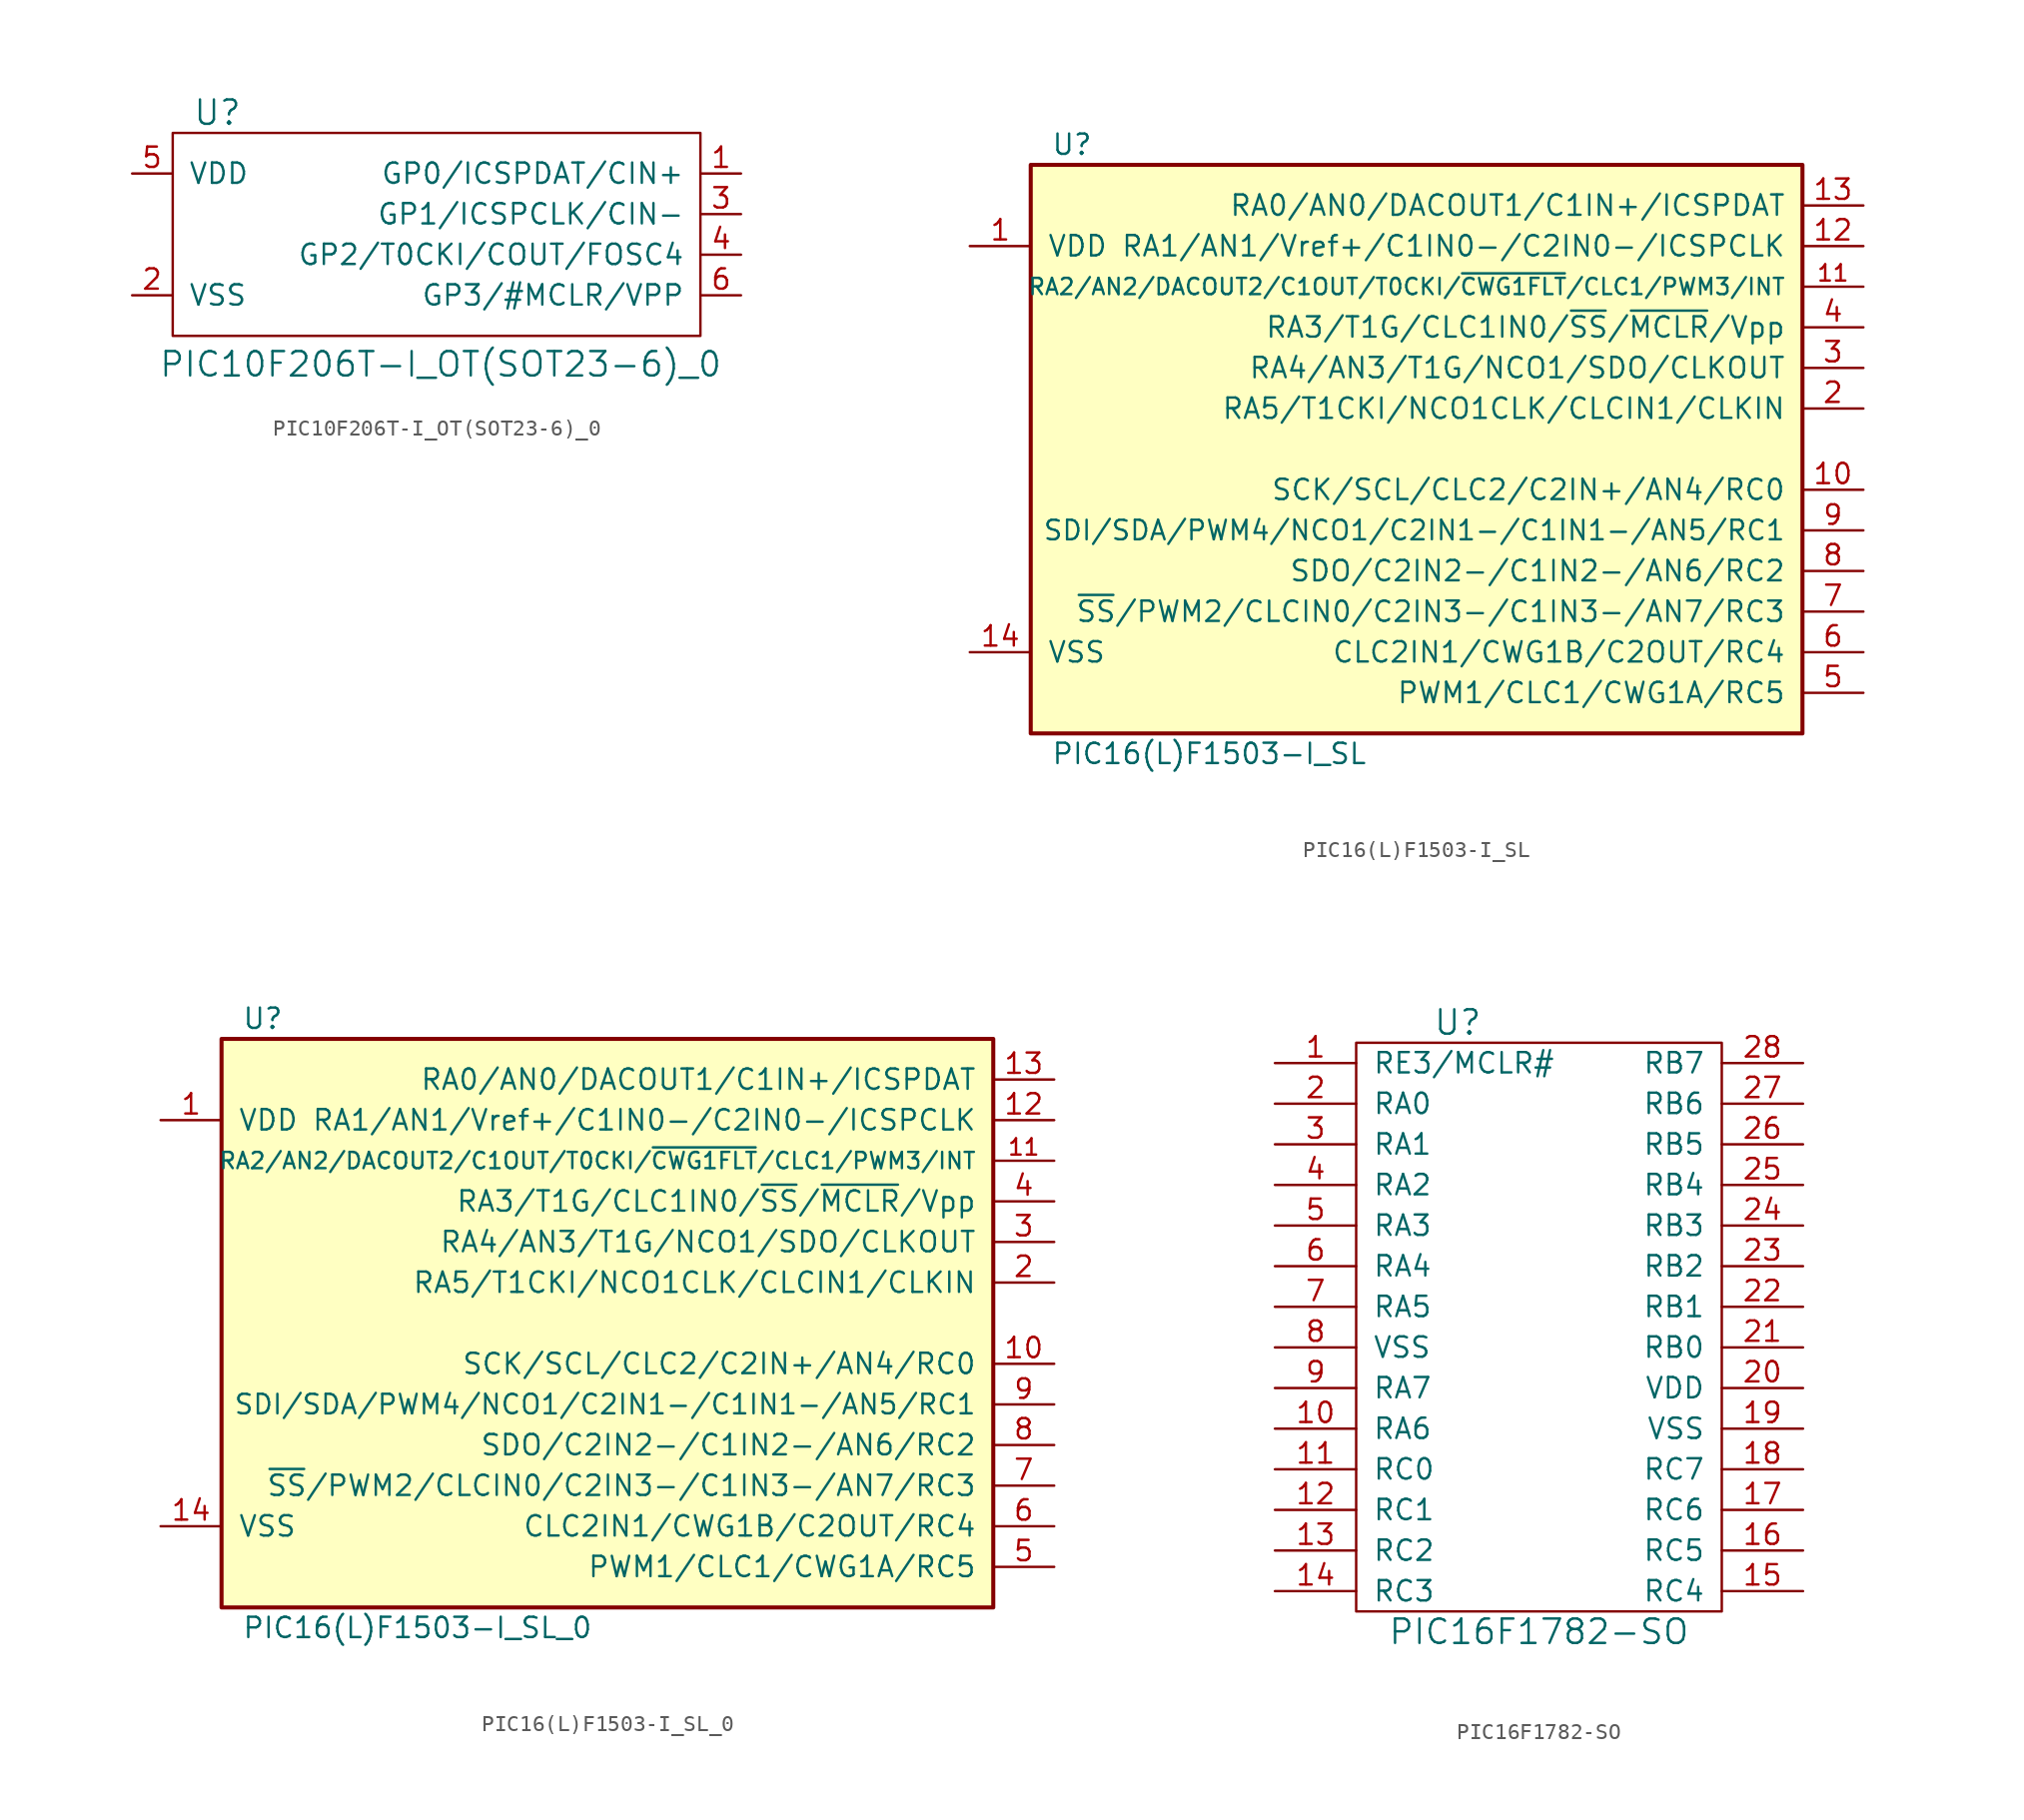
<source format=kicad_sym>
(kicad_symbol_lib
  (version 20220914)
  (generator kicad_symbol_editor)
  (symbol "PIC10F206T-I_OT(SOT23-6)_0"
    (pin_names
      (offset 1.016))
    (property "Reference" "U"
      (at -14.986 6.35 0)
      (effects (font (size 1.524 1.524))))
    (property "Value" "PIC10F206T-I_OT(SOT23-6)_0"
      (at -1.016 -9.398 0)
      (effects (font (size 1.524 1.524))))
    (symbol "PIC10F206T-I_OT(SOT23-6)_0_0_1"
      (rectangle (start -17.78 5.08) (end 15.24 -7.62) (stroke (width 0) (type solid)) (fill (type none))))
    (symbol "PIC10F206T-I_OT(SOT23-6)_0_1_1"
      (pin bidirectional line (at 17.78 2.54 180) (length 2.489) (name "GP0/ICSPDAT/CIN+" (effects (font (size 1.27 1.27)))) (number "1" (effects (font (size 1.27 1.27)))))
      (pin power_in line (at -20.32 -5.08 0) (length 2.489) (name "VSS" (effects (font (size 1.27 1.27)))) (number "2" (effects (font (size 1.27 1.27)))))
      (pin bidirectional line (at 17.78 0 180) (length 2.489) (name "GP1/ICSPCLK/CIN-" (effects (font (size 1.27 1.27)))) (number "3" (effects (font (size 1.27 1.27)))))
      (pin bidirectional line (at 17.78 -2.54 180) (length 2.489) (name "GP2/T0CKI/COUT/FOSC4" (effects (font (size 1.27 1.27)))) (number "4" (effects (font (size 1.27 1.27)))))
      (pin power_in line (at -20.32 2.54 0) (length 2.489) (name "VDD" (effects (font (size 1.27 1.27)))) (number "5" (effects (font (size 1.27 1.27)))))
      (pin input line (at 17.78 -5.08 180) (length 2.489) (name "GP3/#MCLR/VPP" (effects (font (size 1.27 1.27)))) (number "6" (effects (font (size 1.27 1.27)))))))
  (symbol "PIC16(L)F1503-I_SL"
    (pin_names
      (offset 1.016))
    (property "Reference" "U"
      (at -22.86 19.05 0)
      (effects (font (size 1.27 1.27)) (justify left)))
    (property "Value" "PIC16(L)F1503-I_SL"
      (at -22.86 -19.05 0)
      (effects (font (size 1.27 1.27)) (justify left)))
    (property "Footprint" ""
      (at -22.86 0 0)
      (effects (font (size 1.27 1.27))))
    (property "Datasheet" ""
      (at -22.86 0 0)
      (effects (font (size 1.27 1.27))))
    (symbol "PIC16(L)F1503-I_SL_0_1"
      (rectangle (start -24.13 17.78) (end 24.13 -17.78) (stroke (width 0.254) (type solid)) (fill (type background))))
    (symbol "PIC16(L)F1503-I_SL_1_1"
      (pin power_in line (at -27.94 12.7 0) (length 3.81) (name "VDD" (effects (font (size 1.27 1.27)))) (number "1" (effects (font (size 1.27 1.27)))))
      (pin bidirectional line (at 27.94 -2.54 180) (length 3.81) (name "SCK/SCL/CLC2/C2IN+/AN4/RC0" (effects (font (size 1.27 1.27)))) (number "10" (effects (font (size 1.27 1.27)))))
      (pin bidirectional line (at 27.94 10.16 180) (length 3.81) (name "RA2/AN2/DACOUT2/C1OUT/T0CKI/~{CWG1FLT}/CLC1/PWM3/INT" (effects (font (size 1.016 1.016)))) (number "11" (effects (font (size 1.016 1.016)))))
      (pin bidirectional line (at 27.94 12.7 180) (length 3.81) (name "RA1/AN1/Vref+/C1IN0-/C2IN0-/ICSPCLK" (effects (font (size 1.27 1.27)))) (number "12" (effects (font (size 1.27 1.27)))))
      (pin bidirectional line (at 27.94 15.24 180) (length 3.81) (name "RA0/AN0/DACOUT1/C1IN+/ICSPDAT" (effects (font (size 1.27 1.27)))) (number "13" (effects (font (size 1.27 1.27)))))
      (pin power_in line (at -27.94 -12.7 0) (length 3.81) (name "VSS" (effects (font (size 1.27 1.27)))) (number "14" (effects (font (size 1.27 1.27)))))
      (pin bidirectional line (at 27.94 2.54 180) (length 3.81) (name "RA5/T1CKI/NCO1CLK/CLCIN1/CLKIN" (effects (font (size 1.27 1.27)))) (number "2" (effects (font (size 1.27 1.27)))))
      (pin bidirectional line (at 27.94 5.08 180) (length 3.81) (name "RA4/AN3/T1G/NCO1/SDO/CLKOUT" (effects (font (size 1.27 1.27)))) (number "3" (effects (font (size 1.27 1.27)))))
      (pin input line (at 27.94 7.62 180) (length 3.81) (name "RA3/T1G/CLC1IN0/~{SS}/~{MCLR}/Vpp" (effects (font (size 1.27 1.27)))) (number "4" (effects (font (size 1.27 1.27)))))
      (pin bidirectional line (at 27.94 -15.24 180) (length 3.81) (name "PWM1/CLC1/CWG1A/RC5" (effects (font (size 1.27 1.27)))) (number "5" (effects (font (size 1.27 1.27)))))
      (pin bidirectional line (at 27.94 -12.7 180) (length 3.81) (name "CLC2IN1/CWG1B/C2OUT/RC4" (effects (font (size 1.27 1.27)))) (number "6" (effects (font (size 1.27 1.27)))))
      (pin bidirectional line (at 27.94 -10.16 180) (length 3.81) (name "~{SS}/PWM2/CLCIN0/C2IN3-/C1IN3-/AN7/RC3" (effects (font (size 1.27 1.27)))) (number "7" (effects (font (size 1.27 1.27)))))
      (pin bidirectional line (at 27.94 -7.62 180) (length 3.81) (name "SDO/C2IN2-/C1IN2-/AN6/RC2" (effects (font (size 1.27 1.27)))) (number "8" (effects (font (size 1.27 1.27)))))
      (pin bidirectional line (at 27.94 -5.08 180) (length 3.81) (name "SDI/SDA/PWM4/NCO1/C2IN1-/C1IN1-/AN5/RC1" (effects (font (size 1.219 1.219)))) (number "9" (effects (font (size 1.219 1.219)))))))
  (symbol "PIC16(L)F1503-I_SL_0"
    (pin_names
      (offset 1.016))
    (property "Reference" "U"
      (at -22.86 19.05 0)
      (effects (font (size 1.27 1.27)) (justify left)))
    (property "Value" "PIC16(L)F1503-I_SL_0"
      (at -22.86 -19.05 0)
      (effects (font (size 1.27 1.27)) (justify left)))
    (property "Footprint" ""
      (at -22.86 0 0)
      (effects (font (size 1.27 1.27))))
    (property "Datasheet" ""
      (at -22.86 0 0)
      (effects (font (size 1.27 1.27))))
    (symbol "PIC16(L)F1503-I_SL_0_0_1"
      (rectangle (start -24.13 17.78) (end 24.13 -17.78) (stroke (width 0.254) (type solid)) (fill (type background))))
    (symbol "PIC16(L)F1503-I_SL_0_1_1"
      (pin power_in line (at -27.94 12.7 0) (length 3.81) (name "VDD" (effects (font (size 1.27 1.27)))) (number "1" (effects (font (size 1.27 1.27)))))
      (pin bidirectional line (at 27.94 -2.54 180) (length 3.81) (name "SCK/SCL/CLC2/C2IN+/AN4/RC0" (effects (font (size 1.27 1.27)))) (number "10" (effects (font (size 1.27 1.27)))))
      (pin bidirectional line (at 27.94 10.16 180) (length 3.81) (name "RA2/AN2/DACOUT2/C1OUT/T0CKI/~{CWG1FLT}/CLC1/PWM3/INT" (effects (font (size 1.016 1.016)))) (number "11" (effects (font (size 1.016 1.016)))))
      (pin bidirectional line (at 27.94 12.7 180) (length 3.81) (name "RA1/AN1/Vref+/C1IN0-/C2IN0-/ICSPCLK" (effects (font (size 1.27 1.27)))) (number "12" (effects (font (size 1.27 1.27)))))
      (pin bidirectional line (at 27.94 15.24 180) (length 3.81) (name "RA0/AN0/DACOUT1/C1IN+/ICSPDAT" (effects (font (size 1.27 1.27)))) (number "13" (effects (font (size 1.27 1.27)))))
      (pin power_in line (at -27.94 -12.7 0) (length 3.81) (name "VSS" (effects (font (size 1.27 1.27)))) (number "14" (effects (font (size 1.27 1.27)))))
      (pin bidirectional line (at 27.94 2.54 180) (length 3.81) (name "RA5/T1CKI/NCO1CLK/CLCIN1/CLKIN" (effects (font (size 1.27 1.27)))) (number "2" (effects (font (size 1.27 1.27)))))
      (pin bidirectional line (at 27.94 5.08 180) (length 3.81) (name "RA4/AN3/T1G/NCO1/SDO/CLKOUT" (effects (font (size 1.27 1.27)))) (number "3" (effects (font (size 1.27 1.27)))))
      (pin input line (at 27.94 7.62 180) (length 3.81) (name "RA3/T1G/CLC1IN0/~{SS}/~{MCLR}/Vpp" (effects (font (size 1.27 1.27)))) (number "4" (effects (font (size 1.27 1.27)))))
      (pin bidirectional line (at 27.94 -15.24 180) (length 3.81) (name "PWM1/CLC1/CWG1A/RC5" (effects (font (size 1.27 1.27)))) (number "5" (effects (font (size 1.27 1.27)))))
      (pin bidirectional line (at 27.94 -12.7 180) (length 3.81) (name "CLC2IN1/CWG1B/C2OUT/RC4" (effects (font (size 1.27 1.27)))) (number "6" (effects (font (size 1.27 1.27)))))
      (pin bidirectional line (at 27.94 -10.16 180) (length 3.81) (name "~{SS}/PWM2/CLCIN0/C2IN3-/C1IN3-/AN7/RC3" (effects (font (size 1.27 1.27)))) (number "7" (effects (font (size 1.27 1.27)))))
      (pin bidirectional line (at 27.94 -7.62 180) (length 3.81) (name "SDO/C2IN2-/C1IN2-/AN6/RC2" (effects (font (size 1.27 1.27)))) (number "8" (effects (font (size 1.27 1.27)))))
      (pin bidirectional line (at 27.94 -5.08 180) (length 3.81) (name "SDI/SDA/PWM4/NCO1/C2IN1-/C1IN1-/AN5/RC1" (effects (font (size 1.219 1.219)))) (number "9" (effects (font (size 1.219 1.219)))))))
  (symbol "PIC16F1782-SO"
    (pin_names
      (offset 1.016))
    (property "Reference" "U"
      (at -5.08 19.05 0)
      (effects (font (size 1.524 1.524))))
    (property "Value" "PIC16F1782-SO"
      (at 0 -19.05 0)
      (effects (font (size 1.524 1.524))))
    (property "Footprint" ""
      (at -1.27 0 0)
      (effects (font (size 1.524 1.524))))
    (property "Datasheet" ""
      (at -1.27 0 0)
      (effects (font (size 1.524 1.524))))
    (symbol "PIC16F1782-SO_0_1"
      (rectangle (start -11.43 17.78) (end 11.43 -17.78) (stroke (width 0) (type solid)) (fill (type none))))
    (symbol "PIC16F1782-SO_1_1"
      (pin bidirectional line (at -16.51 16.51 0) (length 5.08) (name "RE3/MCLR#" (effects (font (size 1.27 1.27)))) (number "1" (effects (font (size 1.27 1.27)))))
      (pin bidirectional line (at -16.51 -6.35 0) (length 5.08) (name "RA6" (effects (font (size 1.27 1.27)))) (number "10" (effects (font (size 1.27 1.27)))))
      (pin bidirectional line (at -16.51 -8.89 0) (length 5.08) (name "RC0" (effects (font (size 1.27 1.27)))) (number "11" (effects (font (size 1.27 1.27)))))
      (pin bidirectional line (at -16.51 -11.43 0) (length 5.08) (name "RC1" (effects (font (size 1.27 1.27)))) (number "12" (effects (font (size 1.27 1.27)))))
      (pin bidirectional line (at -16.51 -13.97 0) (length 5.08) (name "RC2" (effects (font (size 1.27 1.27)))) (number "13" (effects (font (size 1.27 1.27)))))
      (pin bidirectional line (at -16.51 -16.51 0) (length 5.08) (name "RC3" (effects (font (size 1.27 1.27)))) (number "14" (effects (font (size 1.27 1.27)))))
      (pin bidirectional line (at 16.51 -16.51 180) (length 5.08) (name "RC4" (effects (font (size 1.27 1.27)))) (number "15" (effects (font (size 1.27 1.27)))))
      (pin bidirectional line (at 16.51 -13.97 180) (length 5.08) (name "RC5" (effects (font (size 1.27 1.27)))) (number "16" (effects (font (size 1.27 1.27)))))
      (pin bidirectional line (at 16.51 -11.43 180) (length 5.08) (name "RC6" (effects (font (size 1.27 1.27)))) (number "17" (effects (font (size 1.27 1.27)))))
      (pin bidirectional line (at 16.51 -8.89 180) (length 5.08) (name "RC7" (effects (font (size 1.27 1.27)))) (number "18" (effects (font (size 1.27 1.27)))))
      (pin power_in line (at 16.51 -6.35 180) (length 5.08) (name "VSS" (effects (font (size 1.27 1.27)))) (number "19" (effects (font (size 1.27 1.27)))))
      (pin bidirectional line (at -16.51 13.97 0) (length 5.08) (name "RA0" (effects (font (size 1.27 1.27)))) (number "2" (effects (font (size 1.27 1.27)))))
      (pin power_in line (at 16.51 -3.81 180) (length 5.08) (name "VDD" (effects (font (size 1.27 1.27)))) (number "20" (effects (font (size 1.27 1.27)))))
      (pin bidirectional line (at 16.51 -1.27 180) (length 5.08) (name "RB0" (effects (font (size 1.27 1.27)))) (number "21" (effects (font (size 1.27 1.27)))))
      (pin bidirectional line (at 16.51 1.27 180) (length 5.08) (name "RB1" (effects (font (size 1.27 1.27)))) (number "22" (effects (font (size 1.27 1.27)))))
      (pin bidirectional line (at 16.51 3.81 180) (length 5.08) (name "RB2" (effects (font (size 1.27 1.27)))) (number "23" (effects (font (size 1.27 1.27)))))
      (pin bidirectional line (at 16.51 6.35 180) (length 5.08) (name "RB3" (effects (font (size 1.27 1.27)))) (number "24" (effects (font (size 1.27 1.27)))))
      (pin bidirectional line (at 16.51 8.89 180) (length 5.08) (name "RB4" (effects (font (size 1.27 1.27)))) (number "25" (effects (font (size 1.27 1.27)))))
      (pin bidirectional line (at 16.51 11.43 180) (length 5.08) (name "RB5" (effects (font (size 1.27 1.27)))) (number "26" (effects (font (size 1.27 1.27)))))
      (pin bidirectional line (at 16.51 13.97 180) (length 5.08) (name "RB6" (effects (font (size 1.27 1.27)))) (number "27" (effects (font (size 1.27 1.27)))))
      (pin bidirectional line (at 16.51 16.51 180) (length 5.08) (name "RB7" (effects (font (size 1.27 1.27)))) (number "28" (effects (font (size 1.27 1.27)))))
      (pin bidirectional line (at -16.51 11.43 0) (length 5.08) (name "RA1" (effects (font (size 1.27 1.27)))) (number "3" (effects (font (size 1.27 1.27)))))
      (pin bidirectional line (at -16.51 8.89 0) (length 5.08) (name "RA2" (effects (font (size 1.27 1.27)))) (number "4" (effects (font (size 1.27 1.27)))))
      (pin bidirectional line (at -16.51 6.35 0) (length 5.08) (name "RA3" (effects (font (size 1.27 1.27)))) (number "5" (effects (font (size 1.27 1.27)))))
      (pin bidirectional line (at -16.51 3.81 0) (length 5.08) (name "RA4" (effects (font (size 1.27 1.27)))) (number "6" (effects (font (size 1.27 1.27)))))
      (pin bidirectional line (at -16.51 1.27 0) (length 5.08) (name "RA5" (effects (font (size 1.27 1.27)))) (number "7" (effects (font (size 1.27 1.27)))))
      (pin power_in line (at -16.51 -1.27 0) (length 5.08) (name "VSS" (effects (font (size 1.27 1.27)))) (number "8" (effects (font (size 1.27 1.27)))))
      (pin bidirectional line (at -16.51 -3.81 0) (length 5.08) (name "RA7" (effects (font (size 1.27 1.27)))) (number "9" (effects (font (size 1.27 1.27))))))))
</source>
